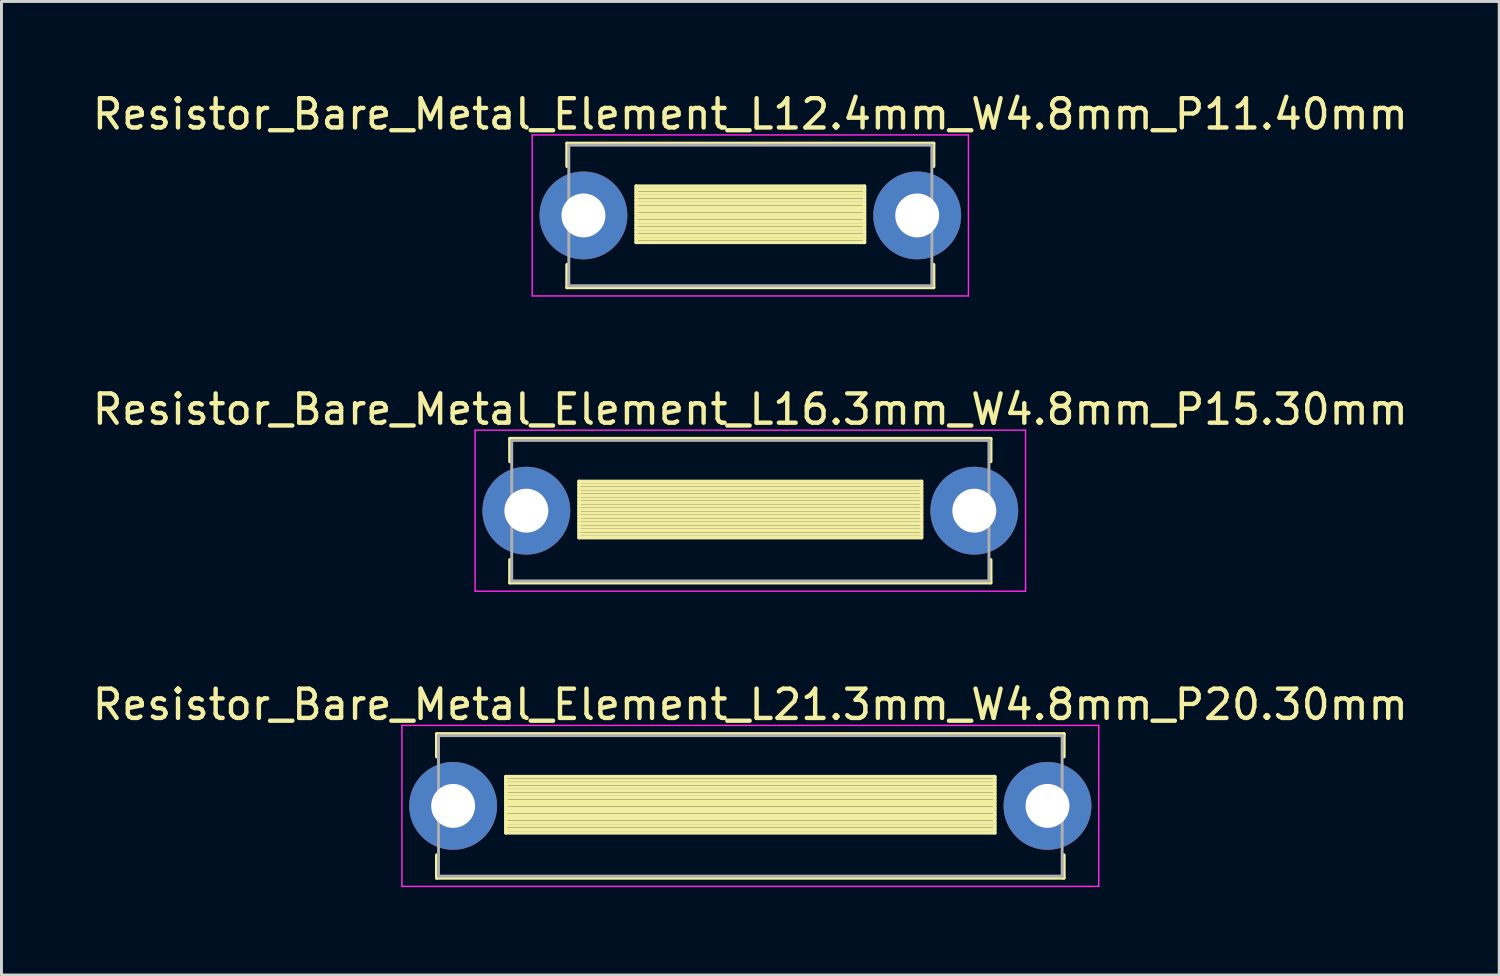
<source format=kicad_pcb>
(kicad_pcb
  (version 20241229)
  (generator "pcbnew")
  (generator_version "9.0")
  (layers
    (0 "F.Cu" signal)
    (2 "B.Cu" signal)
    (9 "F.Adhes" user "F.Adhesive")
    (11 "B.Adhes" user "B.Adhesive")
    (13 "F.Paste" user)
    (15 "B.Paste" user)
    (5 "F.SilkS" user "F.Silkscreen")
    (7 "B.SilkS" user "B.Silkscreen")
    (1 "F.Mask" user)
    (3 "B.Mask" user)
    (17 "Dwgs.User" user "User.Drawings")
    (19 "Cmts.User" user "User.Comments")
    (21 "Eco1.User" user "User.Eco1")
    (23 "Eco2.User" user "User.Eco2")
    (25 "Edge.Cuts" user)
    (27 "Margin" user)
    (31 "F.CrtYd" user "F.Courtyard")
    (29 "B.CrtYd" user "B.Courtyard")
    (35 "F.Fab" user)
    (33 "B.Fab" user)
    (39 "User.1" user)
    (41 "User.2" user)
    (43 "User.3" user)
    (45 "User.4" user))
  (footprint "Resistor_Bare_Metal_Element_L12.4mm_W4.8mm_P11.40mm"
    (layer "F.Cu")
    (at 16.877 4.308)
    (property "Reference" "Resistor_Bare_Metal_Element_L12.4mm_W4.8mm_P11.40mm" (at 5.7 -3.46 0) (layer "F.SilkS") (effects (font (size 1 1) (thickness 0.15))))
    (attr through_hole)
    (fp_line (start -0.56 -2.46) (end 11.96 -2.46) (stroke (width 0.12) (type solid)) (layer "F.SilkS"))
    (fp_line (start -0.56 -1.68) (end -0.56 -2.46) (stroke (width 0.12) (type solid)) (layer "F.SilkS"))
    (fp_line (start -0.56 1.68) (end -0.56 2.46) (stroke (width 0.12) (type solid)) (layer "F.SilkS"))
    (fp_line (start -0.56 2.46) (end 11.96 2.46) (stroke (width 0.12) (type solid)) (layer "F.SilkS"))
    (fp_line (start 1.8 -1) (end 1.8 0.92) (stroke (width 0.12) (type solid)) (layer "F.SilkS"))
    (fp_line (start 1.8 -1) (end 9.6 -1) (stroke (width 0.12) (type solid)) (layer "F.SilkS"))
    (fp_line (start 1.8 -0.88) (end 9.6 -0.88) (stroke (width 0.12) (type solid)) (layer "F.SilkS"))
    (fp_line (start 1.8 -0.76) (end 9.6 -0.76) (stroke (width 0.12) (type solid)) (layer "F.SilkS"))
    (fp_line (start 1.8 -0.64) (end 9.6 -0.64) (stroke (width 0.12) (type solid)) (layer "F.SilkS"))
    (fp_line (start 1.8 -0.52) (end 9.6 -0.52) (stroke (width 0.12) (type solid)) (layer "F.SilkS"))
    (fp_line (start 1.8 -0.4) (end 9.6 -0.4) (stroke (width 0.12) (type solid)) (layer "F.SilkS"))
    (fp_line (start 1.8 -0.28) (end 9.6 -0.28) (stroke (width 0.12) (type solid)) (layer "F.SilkS"))
    (fp_line (start 1.8 -0.16) (end 9.6 -0.16) (stroke (width 0.12) (type solid)) (layer "F.SilkS"))
    (fp_line (start 1.8 -0.04) (end 9.6 -0.04) (stroke (width 0.12) (type solid)) (layer "F.SilkS"))
    (fp_line (start 1.8 0.08) (end 9.6 0.08) (stroke (width 0.12) (type solid)) (layer "F.SilkS"))
    (fp_line (start 1.8 0.2) (end 9.6 0.2) (stroke (width 0.12) (type solid)) (layer "F.SilkS"))
    (fp_line (start 1.8 0.32) (end 9.6 0.32) (stroke (width 0.12) (type solid)) (layer "F.SilkS"))
    (fp_line (start 1.8 0.44) (end 9.6 0.44) (stroke (width 0.12) (type solid)) (layer "F.SilkS"))
    (fp_line (start 1.8 0.56) (end 9.6 0.56) (stroke (width 0.12) (type solid)) (layer "F.SilkS"))
    (fp_line (start 1.8 0.68) (end 9.6 0.68) (stroke (width 0.12) (type solid)) (layer "F.SilkS"))
    (fp_line (start 1.8 0.8) (end 9.6 0.8) (stroke (width 0.12) (type solid)) (layer "F.SilkS"))
    (fp_line (start 1.8 0.92) (end 9.6 0.92) (stroke (width 0.12) (type solid)) (layer "F.SilkS"))
    (fp_line (start 9.6 -1) (end 9.6 0.92) (stroke (width 0.12) (type solid)) (layer "F.SilkS"))
    (fp_line (start 11.96 -2.46) (end 11.96 -1.68) (stroke (width 0.12) (type solid)) (layer "F.SilkS"))
    (fp_line (start 11.96 2.46) (end 11.96 1.68) (stroke (width 0.12) (type solid)) (layer "F.SilkS"))
    (fp_line (start -1.75 -2.75) (end -1.75 2.75) (stroke (width 0.05) (type solid)) (layer "F.CrtYd"))
    (fp_line (start -1.75 2.75) (end 13.15 2.75) (stroke (width 0.05) (type solid)) (layer "F.CrtYd"))
    (fp_line (start 13.15 -2.75) (end -1.75 -2.75) (stroke (width 0.05) (type solid)) (layer "F.CrtYd"))
    (fp_line (start 13.15 2.75) (end 13.15 -2.75) (stroke (width 0.05) (type solid)) (layer "F.CrtYd"))
    (fp_line (start -0.5 -2.4) (end -0.5 2.4) (stroke (width 0.1) (type solid)) (layer "F.Fab"))
    (fp_line (start -0.5 2.4) (end 11.9 2.4) (stroke (width 0.1) (type solid)) (layer "F.Fab"))
    (fp_line (start 11.9 -2.4) (end -0.5 -2.4) (stroke (width 0.1) (type solid)) (layer "F.Fab"))
    (fp_line (start 11.9 2.4) (end 11.9 -2.4) (stroke (width 0.1) (type solid)) (layer "F.Fab"))
    (pad "1" thru_hole circle (at 0 0) (size 3 3) (drill 1.5) (layers "*.Cu" "*.Mask"))
    (pad "2" thru_hole oval (at 11.4 0) (size 3 3) (drill 1.5) (layers "*.Cu" "*.Mask")))
  (footprint "Resistor_Bare_Metal_Element_L16.3mm_W4.8mm_P15.30mm"
    (layer "F.Cu")
    (at 14.927 14.392)
    (property "Reference" "Resistor_Bare_Metal_Element_L16.3mm_W4.8mm_P15.30mm" (at 7.65 -3.46 0) (layer "F.SilkS") (effects (font (size 1 1) (thickness 0.15))))
    (attr through_hole)
    (fp_line (start -0.56 -2.46) (end 15.86 -2.46) (stroke (width 0.12) (type solid)) (layer "F.SilkS"))
    (fp_line (start -0.56 -1.68) (end -0.56 -2.46) (stroke (width 0.12) (type solid)) (layer "F.SilkS"))
    (fp_line (start -0.56 1.68) (end -0.56 2.46) (stroke (width 0.12) (type solid)) (layer "F.SilkS"))
    (fp_line (start -0.56 2.46) (end 15.86 2.46) (stroke (width 0.12) (type solid)) (layer "F.SilkS"))
    (fp_line (start 1.8 -1) (end 1.8 0.92) (stroke (width 0.12) (type solid)) (layer "F.SilkS"))
    (fp_line (start 1.8 -1) (end 13.5 -1) (stroke (width 0.12) (type solid)) (layer "F.SilkS"))
    (fp_line (start 1.8 -0.88) (end 13.5 -0.88) (stroke (width 0.12) (type solid)) (layer "F.SilkS"))
    (fp_line (start 1.8 -0.76) (end 13.5 -0.76) (stroke (width 0.12) (type solid)) (layer "F.SilkS"))
    (fp_line (start 1.8 -0.64) (end 13.5 -0.64) (stroke (width 0.12) (type solid)) (layer "F.SilkS"))
    (fp_line (start 1.8 -0.52) (end 13.5 -0.52) (stroke (width 0.12) (type solid)) (layer "F.SilkS"))
    (fp_line (start 1.8 -0.4) (end 13.5 -0.4) (stroke (width 0.12) (type solid)) (layer "F.SilkS"))
    (fp_line (start 1.8 -0.28) (end 13.5 -0.28) (stroke (width 0.12) (type solid)) (layer "F.SilkS"))
    (fp_line (start 1.8 -0.16) (end 13.5 -0.16) (stroke (width 0.12) (type solid)) (layer "F.SilkS"))
    (fp_line (start 1.8 -0.04) (end 13.5 -0.04) (stroke (width 0.12) (type solid)) (layer "F.SilkS"))
    (fp_line (start 1.8 0.08) (end 13.5 0.08) (stroke (width 0.12) (type solid)) (layer "F.SilkS"))
    (fp_line (start 1.8 0.2) (end 13.5 0.2) (stroke (width 0.12) (type solid)) (layer "F.SilkS"))
    (fp_line (start 1.8 0.32) (end 13.5 0.32) (stroke (width 0.12) (type solid)) (layer "F.SilkS"))
    (fp_line (start 1.8 0.44) (end 13.5 0.44) (stroke (width 0.12) (type solid)) (layer "F.SilkS"))
    (fp_line (start 1.8 0.56) (end 13.5 0.56) (stroke (width 0.12) (type solid)) (layer "F.SilkS"))
    (fp_line (start 1.8 0.68) (end 13.5 0.68) (stroke (width 0.12) (type solid)) (layer "F.SilkS"))
    (fp_line (start 1.8 0.8) (end 13.5 0.8) (stroke (width 0.12) (type solid)) (layer "F.SilkS"))
    (fp_line (start 1.8 0.92) (end 13.5 0.92) (stroke (width 0.12) (type solid)) (layer "F.SilkS"))
    (fp_line (start 13.5 -1) (end 13.5 0.92) (stroke (width 0.12) (type solid)) (layer "F.SilkS"))
    (fp_line (start 15.86 -2.46) (end 15.86 -1.68) (stroke (width 0.12) (type solid)) (layer "F.SilkS"))
    (fp_line (start 15.86 2.46) (end 15.86 1.68) (stroke (width 0.12) (type solid)) (layer "F.SilkS"))
    (fp_line (start -1.75 -2.75) (end -1.75 2.75) (stroke (width 0.05) (type solid)) (layer "F.CrtYd"))
    (fp_line (start -1.75 2.75) (end 17.05 2.75) (stroke (width 0.05) (type solid)) (layer "F.CrtYd"))
    (fp_line (start 17.05 -2.75) (end -1.75 -2.75) (stroke (width 0.05) (type solid)) (layer "F.CrtYd"))
    (fp_line (start 17.05 2.75) (end 17.05 -2.75) (stroke (width 0.05) (type solid)) (layer "F.CrtYd"))
    (fp_line (start -0.5 -2.4) (end -0.5 2.4) (stroke (width 0.1) (type solid)) (layer "F.Fab"))
    (fp_line (start -0.5 2.4) (end 15.8 2.4) (stroke (width 0.1) (type solid)) (layer "F.Fab"))
    (fp_line (start 15.8 -2.4) (end -0.5 -2.4) (stroke (width 0.1) (type solid)) (layer "F.Fab"))
    (fp_line (start 15.8 2.4) (end 15.8 -2.4) (stroke (width 0.1) (type solid)) (layer "F.Fab"))
    (pad "1" thru_hole circle (at 0 0) (size 3 3) (drill 1.5) (layers "*.Cu" "*.Mask"))
    (pad "2" thru_hole oval (at 15.3 0) (size 3 3) (drill 1.5) (layers "*.Cu" "*.Mask")))
  (footprint "Resistor_Bare_Metal_Element_L21.3mm_W4.8mm_P20.30mm"
    (layer "F.Cu")
    (at 12.427 24.475)
    (property "Reference" "Resistor_Bare_Metal_Element_L21.3mm_W4.8mm_P20.30mm" (at 10.15 -3.46 0) (layer "F.SilkS") (effects (font (size 1 1) (thickness 0.15))))
    (attr through_hole)
    (fp_line (start -0.56 -2.46) (end 20.86 -2.46) (stroke (width 0.12) (type solid)) (layer "F.SilkS"))
    (fp_line (start -0.56 -1.68) (end -0.56 -2.46) (stroke (width 0.12) (type solid)) (layer "F.SilkS"))
    (fp_line (start -0.56 1.68) (end -0.56 2.46) (stroke (width 0.12) (type solid)) (layer "F.SilkS"))
    (fp_line (start -0.56 2.46) (end 20.86 2.46) (stroke (width 0.12) (type solid)) (layer "F.SilkS"))
    (fp_line (start 1.8 -1) (end 1.8 0.92) (stroke (width 0.12) (type solid)) (layer "F.SilkS"))
    (fp_line (start 1.8 -1) (end 18.5 -1) (stroke (width 0.12) (type solid)) (layer "F.SilkS"))
    (fp_line (start 1.8 -0.88) (end 18.5 -0.88) (stroke (width 0.12) (type solid)) (layer "F.SilkS"))
    (fp_line (start 1.8 -0.76) (end 18.5 -0.76) (stroke (width 0.12) (type solid)) (layer "F.SilkS"))
    (fp_line (start 1.8 -0.64) (end 18.5 -0.64) (stroke (width 0.12) (type solid)) (layer "F.SilkS"))
    (fp_line (start 1.8 -0.52) (end 18.5 -0.52) (stroke (width 0.12) (type solid)) (layer "F.SilkS"))
    (fp_line (start 1.8 -0.4) (end 18.5 -0.4) (stroke (width 0.12) (type solid)) (layer "F.SilkS"))
    (fp_line (start 1.8 -0.28) (end 18.5 -0.28) (stroke (width 0.12) (type solid)) (layer "F.SilkS"))
    (fp_line (start 1.8 -0.16) (end 18.5 -0.16) (stroke (width 0.12) (type solid)) (layer "F.SilkS"))
    (fp_line (start 1.8 -0.04) (end 18.5 -0.04) (stroke (width 0.12) (type solid)) (layer "F.SilkS"))
    (fp_line (start 1.8 0.08) (end 18.5 0.08) (stroke (width 0.12) (type solid)) (layer "F.SilkS"))
    (fp_line (start 1.8 0.2) (end 18.5 0.2) (stroke (width 0.12) (type solid)) (layer "F.SilkS"))
    (fp_line (start 1.8 0.32) (end 18.5 0.32) (stroke (width 0.12) (type solid)) (layer "F.SilkS"))
    (fp_line (start 1.8 0.44) (end 18.5 0.44) (stroke (width 0.12) (type solid)) (layer "F.SilkS"))
    (fp_line (start 1.8 0.56) (end 18.5 0.56) (stroke (width 0.12) (type solid)) (layer "F.SilkS"))
    (fp_line (start 1.8 0.68) (end 18.5 0.68) (stroke (width 0.12) (type solid)) (layer "F.SilkS"))
    (fp_line (start 1.8 0.8) (end 18.5 0.8) (stroke (width 0.12) (type solid)) (layer "F.SilkS"))
    (fp_line (start 1.8 0.92) (end 18.5 0.92) (stroke (width 0.12) (type solid)) (layer "F.SilkS"))
    (fp_line (start 18.5 -1) (end 18.5 0.92) (stroke (width 0.12) (type solid)) (layer "F.SilkS"))
    (fp_line (start 20.86 -2.46) (end 20.86 -1.68) (stroke (width 0.12) (type solid)) (layer "F.SilkS"))
    (fp_line (start 20.86 2.46) (end 20.86 1.68) (stroke (width 0.12) (type solid)) (layer "F.SilkS"))
    (fp_line (start -1.75 -2.75) (end -1.75 2.75) (stroke (width 0.05) (type solid)) (layer "F.CrtYd"))
    (fp_line (start -1.75 2.75) (end 22.05 2.75) (stroke (width 0.05) (type solid)) (layer "F.CrtYd"))
    (fp_line (start 22.05 -2.75) (end -1.75 -2.75) (stroke (width 0.05) (type solid)) (layer "F.CrtYd"))
    (fp_line (start 22.05 2.75) (end 22.05 -2.75) (stroke (width 0.05) (type solid)) (layer "F.CrtYd"))
    (fp_line (start -0.5 -2.4) (end -0.5 2.4) (stroke (width 0.1) (type solid)) (layer "F.Fab"))
    (fp_line (start -0.5 2.4) (end 20.8 2.4) (stroke (width 0.1) (type solid)) (layer "F.Fab"))
    (fp_line (start 20.8 -2.4) (end -0.5 -2.4) (stroke (width 0.1) (type solid)) (layer "F.Fab"))
    (fp_line (start 20.8 2.4) (end 20.8 -2.4) (stroke (width 0.1) (type solid)) (layer "F.Fab"))
    (pad "1" thru_hole circle (at 0 0) (size 3 3) (drill 1.5) (layers "*.Cu" "*.Mask"))
    (pad "2" thru_hole oval (at 20.3 0) (size 3 3) (drill 1.5) (layers "*.Cu" "*.Mask")))
  (gr_rect
    (start -3 -3)
    (end 48.155 30.25)
    (stroke (width 0.1) (type default))
    (fill no)
    (layer "Edge.Cuts")))
</source>
